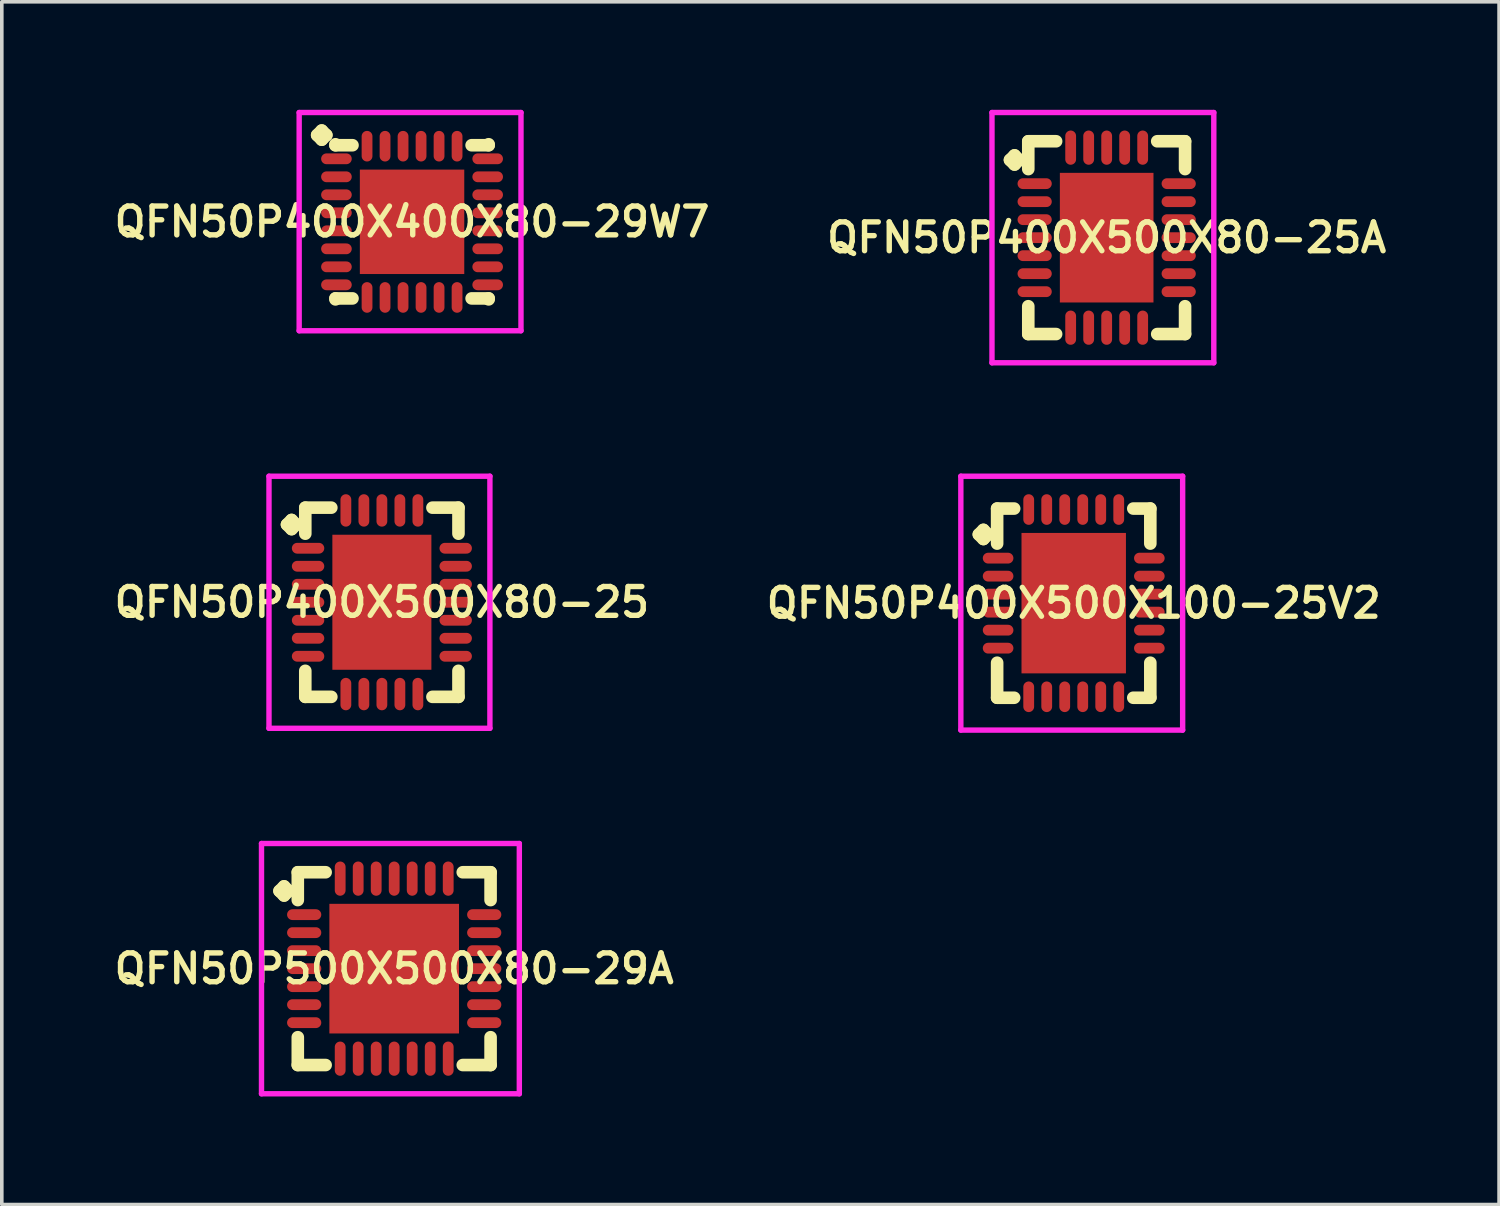
<source format=kicad_pcb>
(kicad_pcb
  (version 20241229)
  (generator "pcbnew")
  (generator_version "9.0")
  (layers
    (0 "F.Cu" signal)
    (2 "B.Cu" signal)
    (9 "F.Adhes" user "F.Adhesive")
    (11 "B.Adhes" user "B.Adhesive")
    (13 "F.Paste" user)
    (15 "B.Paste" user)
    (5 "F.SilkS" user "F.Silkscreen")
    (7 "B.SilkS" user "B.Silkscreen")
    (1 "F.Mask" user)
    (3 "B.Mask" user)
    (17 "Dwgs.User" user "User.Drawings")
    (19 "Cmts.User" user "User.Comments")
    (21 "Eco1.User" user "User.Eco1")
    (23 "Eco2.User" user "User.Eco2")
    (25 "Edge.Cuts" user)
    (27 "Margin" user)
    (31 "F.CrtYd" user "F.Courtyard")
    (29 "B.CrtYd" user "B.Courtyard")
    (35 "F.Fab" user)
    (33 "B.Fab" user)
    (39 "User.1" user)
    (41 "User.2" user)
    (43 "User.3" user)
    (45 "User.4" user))
  (footprint "QFN50P400X500X100-25V2"
    (layer "F.Cu")
    (at 26.768 13.7)
    (property "Reference" "QFN50P400X500X100-25V2" (at 0 0 0) (layer "F.SilkS") (effects (font (size 0.8 0.8) (thickness 0.15))))
    (attr smd)
    (fp_line (start -2.635 -1.908) (end -2.508 -2.035) (stroke (width 0.35) (type solid)) (layer "F.SilkS"))
    (fp_line (start -2.508 -2.035) (end -2.381 -1.908) (stroke (width 0.35) (type solid)) (layer "F.SilkS"))
    (fp_line (start -2.508 -1.781) (end -2.635 -1.908) (stroke (width 0.35) (type solid)) (layer "F.SilkS"))
    (fp_line (start -2.381 -1.908) (end -2.508 -1.781) (stroke (width 0.35) (type solid)) (layer "F.SilkS"))
    (fp_line (start -2.127 -2.627) (end -1.654 -2.627) (stroke (width 0.35) (type solid)) (layer "F.SilkS"))
    (fp_line (start -2.127 -1.654) (end -2.127 -2.627) (stroke (width 0.35) (type solid)) (layer "F.SilkS"))
    (fp_line (start -2.127 1.654) (end -2.127 2.627) (stroke (width 0.35) (type solid)) (layer "F.SilkS"))
    (fp_line (start -2.127 2.627) (end -1.654 2.627) (stroke (width 0.35) (type solid)) (layer "F.SilkS"))
    (fp_line (start 1.654 -2.627) (end 2.127 -2.627) (stroke (width 0.35) (type solid)) (layer "F.SilkS"))
    (fp_line (start 1.654 2.627) (end 2.127 2.627) (stroke (width 0.35) (type solid)) (layer "F.SilkS"))
    (fp_line (start 2.127 -2.627) (end 2.127 -1.654) (stroke (width 0.35) (type solid)) (layer "F.SilkS"))
    (fp_line (start 2.127 2.627) (end 2.127 1.654) (stroke (width 0.35) (type solid)) (layer "F.SilkS"))
    (fp_line (start -3.135 -3.525) (end 3.025 -3.525) (stroke (width 0.15) (type solid)) (layer "F.CrtYd"))
    (fp_line (start -3.135 3.525) (end -3.135 -3.525) (stroke (width 0.15) (type solid)) (layer "F.CrtYd"))
    (fp_line (start 3.025 -3.525) (end 3.025 3.525) (stroke (width 0.15) (type solid)) (layer "F.CrtYd"))
    (fp_line (start 3.025 3.525) (end -3.135 3.525) (stroke (width 0.15) (type solid)) (layer "F.CrtYd"))
    (pad "1" smd oval (at -2.1 -1.25) (size 0.85 0.3) (layers "F.Cu" "F.Mask" "F.Paste"))
    (pad "2" smd oval (at -2.1 -0.75) (size 0.85 0.3) (layers "F.Cu" "F.Mask" "F.Paste"))
    (pad "3" smd oval (at -2.1 -0.25) (size 0.85 0.3) (layers "F.Cu" "F.Mask" "F.Paste"))
    (pad "4" smd oval (at -2.1 0.25) (size 0.85 0.3) (layers "F.Cu" "F.Mask" "F.Paste"))
    (pad "5" smd oval (at -2.1 0.75) (size 0.85 0.3) (layers "F.Cu" "F.Mask" "F.Paste"))
    (pad "6" smd oval (at -2.1 1.25) (size 0.85 0.3) (layers "F.Cu" "F.Mask" "F.Paste"))
    (pad "7" smd oval (at -1.25 2.6) (size 0.3 0.85) (layers "F.Cu" "F.Mask" "F.Paste"))
    (pad "8" smd oval (at -0.75 2.6) (size 0.3 0.85) (layers "F.Cu" "F.Mask" "F.Paste"))
    (pad "9" smd oval (at -0.25 2.6) (size 0.3 0.85) (layers "F.Cu" "F.Mask" "F.Paste"))
    (pad "10" smd oval (at 0.25 2.6) (size 0.3 0.85) (layers "F.Cu" "F.Mask" "F.Paste"))
    (pad "11" smd oval (at 0.75 2.6) (size 0.3 0.85) (layers "F.Cu" "F.Mask" "F.Paste"))
    (pad "12" smd oval (at 1.25 2.6) (size 0.3 0.85) (layers "F.Cu" "F.Mask" "F.Paste"))
    (pad "13" smd oval (at 2.1 1.25) (size 0.85 0.3) (layers "F.Cu" "F.Mask" "F.Paste"))
    (pad "14" smd oval (at 2.1 0.75) (size 0.85 0.3) (layers "F.Cu" "F.Mask" "F.Paste"))
    (pad "15" smd oval (at 2.1 0.25) (size 0.85 0.3) (layers "F.Cu" "F.Mask" "F.Paste"))
    (pad "16" smd oval (at 2.1 -0.25) (size 0.85 0.3) (layers "F.Cu" "F.Mask" "F.Paste"))
    (pad "17" smd oval (at 2.1 -0.75) (size 0.85 0.3) (layers "F.Cu" "F.Mask" "F.Paste"))
    (pad "18" smd oval (at 2.1 -1.25) (size 0.85 0.3) (layers "F.Cu" "F.Mask" "F.Paste"))
    (pad "19" smd oval (at 1.25 -2.6) (size 0.3 0.85) (layers "F.Cu" "F.Mask" "F.Paste"))
    (pad "20" smd oval (at 0.75 -2.6) (size 0.3 0.85) (layers "F.Cu" "F.Mask" "F.Paste"))
    (pad "21" smd oval (at 0.25 -2.6) (size 0.3 0.85) (layers "F.Cu" "F.Mask" "F.Paste"))
    (pad "22" smd oval (at -0.25 -2.6) (size 0.3 0.85) (layers "F.Cu" "F.Mask" "F.Paste"))
    (pad "23" smd oval (at -0.75 -2.6) (size 0.3 0.85) (layers "F.Cu" "F.Mask" "F.Paste"))
    (pad "24" smd oval (at -1.25 -2.6) (size 0.3 0.85) (layers "F.Cu" "F.Mask" "F.Paste"))
    (pad "25" smd rect (at 0 0) (size 2.9 3.9) (layers "F.Cu" "F.Mask" "F.Paste")))
  (footprint "QFN50P400X400X80-29W7"
    (layer "F.Cu")
    (at 8.393 3.11)
    (property "Reference" "QFN50P400X400X80-29W7" (at 0 0 0) (layer "F.SilkS") (effects (font (size 0.8 0.8) (thickness 0.15))))
    (attr smd)
    (fp_line (start -2.635 -2.408) (end -2.508 -2.535) (stroke (width 0.35) (type solid)) (layer "F.SilkS"))
    (fp_line (start -2.508 -2.535) (end -2.381 -2.408) (stroke (width 0.35) (type solid)) (layer "F.SilkS"))
    (fp_line (start -2.508 -2.281) (end -2.635 -2.408) (stroke (width 0.35) (type solid)) (layer "F.SilkS"))
    (fp_line (start -2.381 -2.408) (end -2.508 -2.281) (stroke (width 0.35) (type solid)) (layer "F.SilkS"))
    (fp_line (start -2.127 -2.154) (end -2.127 -2.127) (stroke (width 0.35) (type solid)) (layer "F.SilkS"))
    (fp_line (start -2.127 -2.127) (end -1.654 -2.127) (stroke (width 0.35) (type solid)) (layer "F.SilkS"))
    (fp_line (start -2.127 2.127) (end -1.654 2.127) (stroke (width 0.35) (type solid)) (layer "F.SilkS"))
    (fp_line (start -2.127 2.154) (end -2.127 2.127) (stroke (width 0.35) (type solid)) (layer "F.SilkS"))
    (fp_line (start 1.654 -2.127) (end 2.127 -2.127) (stroke (width 0.35) (type solid)) (layer "F.SilkS"))
    (fp_line (start 1.654 2.127) (end 2.127 2.127) (stroke (width 0.35) (type solid)) (layer "F.SilkS"))
    (fp_line (start 2.127 -2.127) (end 2.127 -2.154) (stroke (width 0.35) (type solid)) (layer "F.SilkS"))
    (fp_line (start 2.127 2.127) (end 2.127 2.154) (stroke (width 0.35) (type solid)) (layer "F.SilkS"))
    (fp_line (start -3.135 -3.035) (end 3.025 -3.035) (stroke (width 0.15) (type solid)) (layer "F.CrtYd"))
    (fp_line (start -3.135 3.025) (end -3.135 -3.035) (stroke (width 0.15) (type solid)) (layer "F.CrtYd"))
    (fp_line (start 3.025 -3.035) (end 3.025 3.025) (stroke (width 0.15) (type solid)) (layer "F.CrtYd"))
    (fp_line (start 3.025 3.025) (end -3.135 3.025) (stroke (width 0.15) (type solid)) (layer "F.CrtYd"))
    (pad "1" smd oval (at -2.1 -1.75) (size 0.85 0.3) (layers "F.Cu" "F.Mask" "F.Paste"))
    (pad "2" smd oval (at -2.1 -1.25) (size 0.85 0.3) (layers "F.Cu" "F.Mask" "F.Paste"))
    (pad "3" smd oval (at -2.1 -0.75) (size 0.85 0.3) (layers "F.Cu" "F.Mask" "F.Paste"))
    (pad "4" smd oval (at -2.1 -0.25) (size 0.85 0.3) (layers "F.Cu" "F.Mask" "F.Paste"))
    (pad "5" smd oval (at -2.1 0.25) (size 0.85 0.3) (layers "F.Cu" "F.Mask" "F.Paste"))
    (pad "6" smd oval (at -2.1 0.75) (size 0.85 0.3) (layers "F.Cu" "F.Mask" "F.Paste"))
    (pad "7" smd oval (at -2.1 1.25) (size 0.85 0.3) (layers "F.Cu" "F.Mask" "F.Paste"))
    (pad "8" smd oval (at -2.1 1.75) (size 0.85 0.3) (layers "F.Cu" "F.Mask" "F.Paste"))
    (pad "9" smd oval (at -1.25 2.1) (size 0.3 0.85) (layers "F.Cu" "F.Mask" "F.Paste"))
    (pad "10" smd oval (at -0.75 2.1) (size 0.3 0.85) (layers "F.Cu" "F.Mask" "F.Paste"))
    (pad "11" smd oval (at -0.25 2.1) (size 0.3 0.85) (layers "F.Cu" "F.Mask" "F.Paste"))
    (pad "12" smd oval (at 0.25 2.1) (size 0.3 0.85) (layers "F.Cu" "F.Mask" "F.Paste"))
    (pad "13" smd oval (at 0.75 2.1) (size 0.3 0.85) (layers "F.Cu" "F.Mask" "F.Paste"))
    (pad "14" smd oval (at 1.25 2.1) (size 0.3 0.85) (layers "F.Cu" "F.Mask" "F.Paste"))
    (pad "15" smd oval (at 2.1 1.75) (size 0.85 0.3) (layers "F.Cu" "F.Mask" "F.Paste"))
    (pad "16" smd oval (at 2.1 1.25) (size 0.85 0.3) (layers "F.Cu" "F.Mask" "F.Paste"))
    (pad "17" smd oval (at 2.1 0.75) (size 0.85 0.3) (layers "F.Cu" "F.Mask" "F.Paste"))
    (pad "18" smd oval (at 2.1 0.25) (size 0.85 0.3) (layers "F.Cu" "F.Mask" "F.Paste"))
    (pad "19" smd oval (at 2.1 -0.25) (size 0.85 0.3) (layers "F.Cu" "F.Mask" "F.Paste"))
    (pad "20" smd oval (at 2.1 -0.75) (size 0.85 0.3) (layers "F.Cu" "F.Mask" "F.Paste"))
    (pad "21" smd oval (at 2.1 -1.25) (size 0.85 0.3) (layers "F.Cu" "F.Mask" "F.Paste"))
    (pad "22" smd oval (at 2.1 -1.75) (size 0.85 0.3) (layers "F.Cu" "F.Mask" "F.Paste"))
    (pad "23" smd oval (at 1.25 -2.1) (size 0.3 0.85) (layers "F.Cu" "F.Mask" "F.Paste"))
    (pad "24" smd oval (at 0.75 -2.1) (size 0.3 0.85) (layers "F.Cu" "F.Mask" "F.Paste"))
    (pad "25" smd oval (at 0.25 -2.1) (size 0.3 0.85) (layers "F.Cu" "F.Mask" "F.Paste"))
    (pad "26" smd oval (at -0.25 -2.1) (size 0.3 0.85) (layers "F.Cu" "F.Mask" "F.Paste"))
    (pad "27" smd oval (at -0.75 -2.1) (size 0.3 0.85) (layers "F.Cu" "F.Mask" "F.Paste"))
    (pad "28" smd oval (at -1.25 -2.1) (size 0.3 0.85) (layers "F.Cu" "F.Mask" "F.Paste"))
    (pad "29" smd rect (at 0 0) (size 2.9 2.9) (layers "F.Cu" "F.Mask" "F.Paste")))
  (footprint "QFN50P400X500X80-25A"
    (layer "F.Cu")
    (at 27.683 3.55)
    (property "Reference" "QFN50P400X500X80-25A" (at 0 0 0) (layer "F.SilkS") (effects (font (size 0.8 0.8) (thickness 0.15))))
    (attr smd)
    (fp_line (start -2.685 -2.158) (end -2.558 -2.285) (stroke (width 0.35) (type solid)) (layer "F.SilkS"))
    (fp_line (start -2.558 -2.285) (end -2.431 -2.158) (stroke (width 0.35) (type solid)) (layer "F.SilkS"))
    (fp_line (start -2.558 -2.031) (end -2.685 -2.158) (stroke (width 0.35) (type solid)) (layer "F.SilkS"))
    (fp_line (start -2.431 -2.158) (end -2.558 -2.031) (stroke (width 0.35) (type solid)) (layer "F.SilkS"))
    (fp_line (start -2.177 -2.677) (end -1.404 -2.677) (stroke (width 0.35) (type solid)) (layer "F.SilkS"))
    (fp_line (start -2.177 -1.904) (end -2.177 -2.677) (stroke (width 0.35) (type solid)) (layer "F.SilkS"))
    (fp_line (start -2.177 1.904) (end -2.177 2.677) (stroke (width 0.35) (type solid)) (layer "F.SilkS"))
    (fp_line (start -2.177 2.677) (end -1.404 2.677) (stroke (width 0.35) (type solid)) (layer "F.SilkS"))
    (fp_line (start 1.404 -2.677) (end 2.177 -2.677) (stroke (width 0.35) (type solid)) (layer "F.SilkS"))
    (fp_line (start 1.404 2.677) (end 2.177 2.677) (stroke (width 0.35) (type solid)) (layer "F.SilkS"))
    (fp_line (start 2.177 -2.677) (end 2.177 -1.904) (stroke (width 0.35) (type solid)) (layer "F.SilkS"))
    (fp_line (start 2.177 2.677) (end 2.177 1.904) (stroke (width 0.35) (type solid)) (layer "F.SilkS"))
    (fp_line (start -3.185 -3.475) (end 2.975 -3.475) (stroke (width 0.15) (type solid)) (layer "F.CrtYd"))
    (fp_line (start -3.185 3.475) (end -3.185 -3.475) (stroke (width 0.15) (type solid)) (layer "F.CrtYd"))
    (fp_line (start 2.975 -3.475) (end 2.975 3.475) (stroke (width 0.15) (type solid)) (layer "F.CrtYd"))
    (fp_line (start 2.975 3.475) (end -3.185 3.475) (stroke (width 0.15) (type solid)) (layer "F.CrtYd"))
    (pad "1" smd oval (at -2 -1.5) (size 0.95 0.3) (layers "F.Cu" "F.Mask" "F.Paste"))
    (pad "2" smd oval (at -2 -1) (size 0.95 0.3) (layers "F.Cu" "F.Mask" "F.Paste"))
    (pad "3" smd oval (at -2 -0.5) (size 0.95 0.3) (layers "F.Cu" "F.Mask" "F.Paste"))
    (pad "4" smd oval (at -2 0) (size 0.95 0.3) (layers "F.Cu" "F.Mask" "F.Paste"))
    (pad "5" smd oval (at -2 0.5) (size 0.95 0.3) (layers "F.Cu" "F.Mask" "F.Paste"))
    (pad "6" smd oval (at -2 1) (size 0.95 0.3) (layers "F.Cu" "F.Mask" "F.Paste"))
    (pad "7" smd oval (at -2 1.5) (size 0.95 0.3) (layers "F.Cu" "F.Mask" "F.Paste"))
    (pad "8" smd oval (at -1 2.5) (size 0.3 0.95) (layers "F.Cu" "F.Mask" "F.Paste"))
    (pad "9" smd oval (at -0.5 2.5) (size 0.3 0.95) (layers "F.Cu" "F.Mask" "F.Paste"))
    (pad "10" smd oval (at 0 2.5) (size 0.3 0.95) (layers "F.Cu" "F.Mask" "F.Paste"))
    (pad "11" smd oval (at 0.5 2.5) (size 0.3 0.95) (layers "F.Cu" "F.Mask" "F.Paste"))
    (pad "12" smd oval (at 1 2.5) (size 0.3 0.95) (layers "F.Cu" "F.Mask" "F.Paste"))
    (pad "13" smd oval (at 2 1.5) (size 0.95 0.3) (layers "F.Cu" "F.Mask" "F.Paste"))
    (pad "14" smd oval (at 2 1) (size 0.95 0.3) (layers "F.Cu" "F.Mask" "F.Paste"))
    (pad "15" smd oval (at 2 0.5) (size 0.95 0.3) (layers "F.Cu" "F.Mask" "F.Paste"))
    (pad "16" smd oval (at 2 0) (size 0.95 0.3) (layers "F.Cu" "F.Mask" "F.Paste"))
    (pad "17" smd oval (at 2 -0.5) (size 0.95 0.3) (layers "F.Cu" "F.Mask" "F.Paste"))
    (pad "18" smd oval (at 2 -1) (size 0.95 0.3) (layers "F.Cu" "F.Mask" "F.Paste"))
    (pad "19" smd oval (at 2 -1.5) (size 0.95 0.3) (layers "F.Cu" "F.Mask" "F.Paste"))
    (pad "20" smd oval (at 1 -2.5) (size 0.3 0.95) (layers "F.Cu" "F.Mask" "F.Paste"))
    (pad "21" smd oval (at 0.5 -2.5) (size 0.3 0.95) (layers "F.Cu" "F.Mask" "F.Paste"))
    (pad "22" smd oval (at 0 -2.5) (size 0.3 0.95) (layers "F.Cu" "F.Mask" "F.Paste"))
    (pad "23" smd oval (at -0.5 -2.5) (size 0.3 0.95) (layers "F.Cu" "F.Mask" "F.Paste"))
    (pad "24" smd oval (at -1 -2.5) (size 0.3 0.95) (layers "F.Cu" "F.Mask" "F.Paste"))
    (pad "25" smd rect (at 0 0) (size 2.6 3.6) (layers "F.Cu" "F.Mask" "F.Paste")))
  (footprint "QFN50P400X500X80-25"
    (layer "F.Cu")
    (at 7.555 13.675)
    (property "Reference" "QFN50P400X500X80-25" (at 0 0 0) (layer "F.SilkS") (effects (font (size 0.8 0.8) (thickness 0.15))))
    (attr smd)
    (fp_line (start -2.635 -2.158) (end -2.508 -2.285) (stroke (width 0.35) (type solid)) (layer "F.SilkS"))
    (fp_line (start -2.508 -2.285) (end -2.381 -2.158) (stroke (width 0.35) (type solid)) (layer "F.SilkS"))
    (fp_line (start -2.508 -2.031) (end -2.635 -2.158) (stroke (width 0.35) (type solid)) (layer "F.SilkS"))
    (fp_line (start -2.381 -2.158) (end -2.508 -2.031) (stroke (width 0.35) (type solid)) (layer "F.SilkS"))
    (fp_line (start -2.127 -2.627) (end -1.404 -2.627) (stroke (width 0.35) (type solid)) (layer "F.SilkS"))
    (fp_line (start -2.127 -1.904) (end -2.127 -2.627) (stroke (width 0.35) (type solid)) (layer "F.SilkS"))
    (fp_line (start -2.127 1.904) (end -2.127 2.627) (stroke (width 0.35) (type solid)) (layer "F.SilkS"))
    (fp_line (start -2.127 2.627) (end -1.404 2.627) (stroke (width 0.35) (type solid)) (layer "F.SilkS"))
    (fp_line (start 1.404 -2.627) (end 2.127 -2.627) (stroke (width 0.35) (type solid)) (layer "F.SilkS"))
    (fp_line (start 1.404 2.627) (end 2.127 2.627) (stroke (width 0.35) (type solid)) (layer "F.SilkS"))
    (fp_line (start 2.127 -2.627) (end 2.127 -1.904) (stroke (width 0.35) (type solid)) (layer "F.SilkS"))
    (fp_line (start 2.127 2.627) (end 2.127 1.904) (stroke (width 0.35) (type solid)) (layer "F.SilkS"))
    (fp_line (start -3.135 -3.5) (end 3 -3.5) (stroke (width 0.15) (type solid)) (layer "F.CrtYd"))
    (fp_line (start -3.135 3.5) (end -3.135 -3.5) (stroke (width 0.15) (type solid)) (layer "F.CrtYd"))
    (fp_line (start 3 -3.5) (end 3 3.5) (stroke (width 0.15) (type solid)) (layer "F.CrtYd"))
    (fp_line (start 3 3.5) (end -3.135 3.5) (stroke (width 0.15) (type solid)) (layer "F.CrtYd"))
    (pad "1" smd oval (at -2.05 -1.5) (size 0.9 0.3) (layers "F.Cu" "F.Mask" "F.Paste"))
    (pad "2" smd oval (at -2.05 -1) (size 0.9 0.3) (layers "F.Cu" "F.Mask" "F.Paste"))
    (pad "3" smd oval (at -2.05 -0.5) (size 0.9 0.3) (layers "F.Cu" "F.Mask" "F.Paste"))
    (pad "4" smd oval (at -2.05 0) (size 0.9 0.3) (layers "F.Cu" "F.Mask" "F.Paste"))
    (pad "5" smd oval (at -2.05 0.5) (size 0.9 0.3) (layers "F.Cu" "F.Mask" "F.Paste"))
    (pad "6" smd oval (at -2.05 1) (size 0.9 0.3) (layers "F.Cu" "F.Mask" "F.Paste"))
    (pad "7" smd oval (at -2.05 1.5) (size 0.9 0.3) (layers "F.Cu" "F.Mask" "F.Paste"))
    (pad "8" smd oval (at -1 2.55) (size 0.3 0.9) (layers "F.Cu" "F.Mask" "F.Paste"))
    (pad "9" smd oval (at -0.5 2.55) (size 0.3 0.9) (layers "F.Cu" "F.Mask" "F.Paste"))
    (pad "10" smd oval (at 0 2.55) (size 0.3 0.9) (layers "F.Cu" "F.Mask" "F.Paste"))
    (pad "11" smd oval (at 0.5 2.55) (size 0.3 0.9) (layers "F.Cu" "F.Mask" "F.Paste"))
    (pad "12" smd oval (at 1 2.55) (size 0.3 0.9) (layers "F.Cu" "F.Mask" "F.Paste"))
    (pad "13" smd oval (at 2.05 1.5) (size 0.9 0.3) (layers "F.Cu" "F.Mask" "F.Paste"))
    (pad "14" smd oval (at 2.05 1) (size 0.9 0.3) (layers "F.Cu" "F.Mask" "F.Paste"))
    (pad "15" smd oval (at 2.05 0.5) (size 0.9 0.3) (layers "F.Cu" "F.Mask" "F.Paste"))
    (pad "16" smd oval (at 2.05 0) (size 0.9 0.3) (layers "F.Cu" "F.Mask" "F.Paste"))
    (pad "17" smd oval (at 2.05 -0.5) (size 0.9 0.3) (layers "F.Cu" "F.Mask" "F.Paste"))
    (pad "18" smd oval (at 2.05 -1) (size 0.9 0.3) (layers "F.Cu" "F.Mask" "F.Paste"))
    (pad "19" smd oval (at 2.05 -1.5) (size 0.9 0.3) (layers "F.Cu" "F.Mask" "F.Paste"))
    (pad "20" smd oval (at 1 -2.55) (size 0.3 0.9) (layers "F.Cu" "F.Mask" "F.Paste"))
    (pad "21" smd oval (at 0.5 -2.55) (size 0.3 0.9) (layers "F.Cu" "F.Mask" "F.Paste"))
    (pad "22" smd oval (at 0 -2.55) (size 0.3 0.9) (layers "F.Cu" "F.Mask" "F.Paste"))
    (pad "23" smd oval (at -0.5 -2.55) (size 0.3 0.9) (layers "F.Cu" "F.Mask" "F.Paste"))
    (pad "24" smd oval (at -1 -2.55) (size 0.3 0.9) (layers "F.Cu" "F.Mask" "F.Paste"))
    (pad "25" smd rect (at 0 0) (size 2.75 3.75) (layers "F.Cu" "F.Mask" "F.Paste")))
  (footprint "QFN50P500X500X80-29A"
    (layer "F.Cu")
    (at 7.897 23.85)
    (property "Reference" "QFN50P500X500X80-29A" (at 0 0 0) (layer "F.SilkS") (effects (font (size 0.8 0.8) (thickness 0.15))))
    (attr smd)
    (fp_line (start -3.185 -2.158) (end -3.058 -2.285) (stroke (width 0.35) (type solid)) (layer "F.SilkS"))
    (fp_line (start -3.058 -2.285) (end -2.931 -2.158) (stroke (width 0.35) (type solid)) (layer "F.SilkS"))
    (fp_line (start -3.058 -2.031) (end -3.185 -2.158) (stroke (width 0.35) (type solid)) (layer "F.SilkS"))
    (fp_line (start -2.931 -2.158) (end -3.058 -2.031) (stroke (width 0.35) (type solid)) (layer "F.SilkS"))
    (fp_line (start -2.677 -2.677) (end -1.904 -2.677) (stroke (width 0.35) (type solid)) (layer "F.SilkS"))
    (fp_line (start -2.677 -1.904) (end -2.677 -2.677) (stroke (width 0.35) (type solid)) (layer "F.SilkS"))
    (fp_line (start -2.677 1.904) (end -2.677 2.677) (stroke (width 0.35) (type solid)) (layer "F.SilkS"))
    (fp_line (start -2.677 2.677) (end -1.904 2.677) (stroke (width 0.35) (type solid)) (layer "F.SilkS"))
    (fp_line (start 1.904 -2.677) (end 2.677 -2.677) (stroke (width 0.35) (type solid)) (layer "F.SilkS"))
    (fp_line (start 1.904 2.677) (end 2.677 2.677) (stroke (width 0.35) (type solid)) (layer "F.SilkS"))
    (fp_line (start 2.677 -2.677) (end 2.677 -1.904) (stroke (width 0.35) (type solid)) (layer "F.SilkS"))
    (fp_line (start 2.677 2.677) (end 2.677 1.904) (stroke (width 0.35) (type solid)) (layer "F.SilkS"))
    (fp_line (start -3.685 -3.475) (end 3.475 -3.475) (stroke (width 0.15) (type solid)) (layer "F.CrtYd"))
    (fp_line (start -3.685 3.475) (end -3.685 -3.475) (stroke (width 0.15) (type solid)) (layer "F.CrtYd"))
    (fp_line (start 3.475 -3.475) (end 3.475 3.475) (stroke (width 0.15) (type solid)) (layer "F.CrtYd"))
    (fp_line (start 3.475 3.475) (end -3.685 3.475) (stroke (width 0.15) (type solid)) (layer "F.CrtYd"))
    (pad "1" smd oval (at -2.5 -1.5) (size 0.95 0.3) (layers "F.Cu" "F.Mask" "F.Paste"))
    (pad "2" smd oval (at -2.5 -1) (size 0.95 0.3) (layers "F.Cu" "F.Mask" "F.Paste"))
    (pad "3" smd oval (at -2.5 -0.5) (size 0.95 0.3) (layers "F.Cu" "F.Mask" "F.Paste"))
    (pad "4" smd oval (at -2.5 0) (size 0.95 0.3) (layers "F.Cu" "F.Mask" "F.Paste"))
    (pad "5" smd oval (at -2.5 0.5) (size 0.95 0.3) (layers "F.Cu" "F.Mask" "F.Paste"))
    (pad "6" smd oval (at -2.5 1) (size 0.95 0.3) (layers "F.Cu" "F.Mask" "F.Paste"))
    (pad "7" smd oval (at -2.5 1.5) (size 0.95 0.3) (layers "F.Cu" "F.Mask" "F.Paste"))
    (pad "8" smd oval (at -1.5 2.5) (size 0.3 0.95) (layers "F.Cu" "F.Mask" "F.Paste"))
    (pad "9" smd oval (at -1 2.5) (size 0.3 0.95) (layers "F.Cu" "F.Mask" "F.Paste"))
    (pad "10" smd oval (at -0.5 2.5) (size 0.3 0.95) (layers "F.Cu" "F.Mask" "F.Paste"))
    (pad "11" smd oval (at 0 2.5) (size 0.3 0.95) (layers "F.Cu" "F.Mask" "F.Paste"))
    (pad "12" smd oval (at 0.5 2.5) (size 0.3 0.95) (layers "F.Cu" "F.Mask" "F.Paste"))
    (pad "13" smd oval (at 1 2.5) (size 0.3 0.95) (layers "F.Cu" "F.Mask" "F.Paste"))
    (pad "14" smd oval (at 1.5 2.5) (size 0.3 0.95) (layers "F.Cu" "F.Mask" "F.Paste"))
    (pad "15" smd oval (at 2.5 1.5) (size 0.95 0.3) (layers "F.Cu" "F.Mask" "F.Paste"))
    (pad "16" smd oval (at 2.5 1) (size 0.95 0.3) (layers "F.Cu" "F.Mask" "F.Paste"))
    (pad "17" smd oval (at 2.5 0.5) (size 0.95 0.3) (layers "F.Cu" "F.Mask" "F.Paste"))
    (pad "18" smd oval (at 2.5 0) (size 0.95 0.3) (layers "F.Cu" "F.Mask" "F.Paste"))
    (pad "19" smd oval (at 2.5 -0.5) (size 0.95 0.3) (layers "F.Cu" "F.Mask" "F.Paste"))
    (pad "20" smd oval (at 2.5 -1) (size 0.95 0.3) (layers "F.Cu" "F.Mask" "F.Paste"))
    (pad "21" smd oval (at 2.5 -1.5) (size 0.95 0.3) (layers "F.Cu" "F.Mask" "F.Paste"))
    (pad "22" smd oval (at 1.5 -2.5) (size 0.3 0.95) (layers "F.Cu" "F.Mask" "F.Paste"))
    (pad "23" smd oval (at 1 -2.5) (size 0.3 0.95) (layers "F.Cu" "F.Mask" "F.Paste"))
    (pad "24" smd oval (at 0.5 -2.5) (size 0.3 0.95) (layers "F.Cu" "F.Mask" "F.Paste"))
    (pad "25" smd oval (at 0 -2.5) (size 0.3 0.95) (layers "F.Cu" "F.Mask" "F.Paste"))
    (pad "26" smd oval (at -0.5 -2.5) (size 0.3 0.95) (layers "F.Cu" "F.Mask" "F.Paste"))
    (pad "27" smd oval (at -1 -2.5) (size 0.3 0.95) (layers "F.Cu" "F.Mask" "F.Paste"))
    (pad "28" smd oval (at -1.5 -2.5) (size 0.3 0.95) (layers "F.Cu" "F.Mask" "F.Paste"))
    (pad "29" smd rect (at 0 0) (size 3.6 3.6) (layers "F.Cu" "F.Mask" "F.Paste")))
  (gr_rect
    (start -3 -3)
    (end 38.58 30.4)
    (stroke (width 0.1) (type default))
    (fill no)
    (layer "Edge.Cuts")))
</source>
